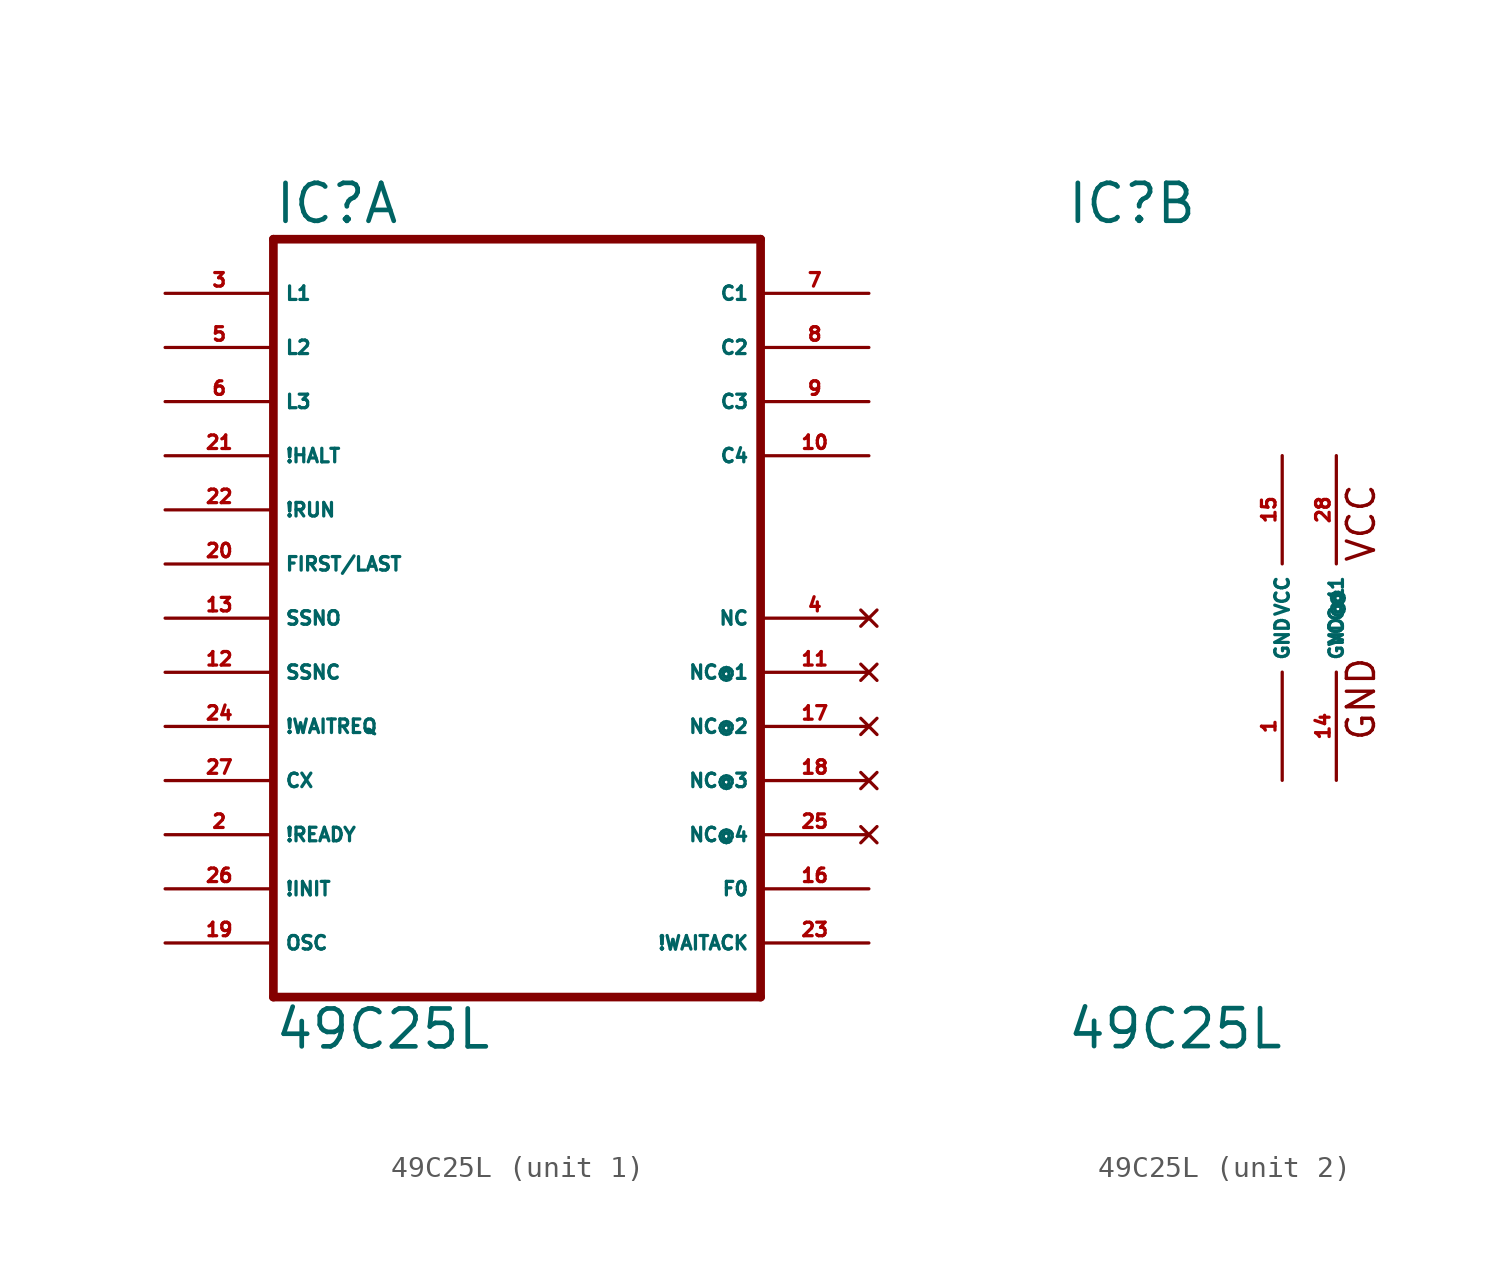
<source format=kicad_sym>
(kicad_symbol_lib
  (version 20220914)
  (generator Eagle2Kicad)
  (symbol "49C25L"
    (property "Reference" "IC"
      (at -10.16 18.415 0)
      (effects (font (size 1.778 1.778) (thickness 0.22)) (justify left bottom)))
    (property "Value" "49C25L"
      (at -10.16 -20.32 0)
      (effects (font (size 1.778 1.778) (thickness 0.22)) (justify left bottom)))
    (symbol "49C25L_1_0"
      (polyline (pts (xy -10.16 -17.78) (xy 12.7 -17.78)) (stroke (width 0.406) (type default)) (fill (type none)))
      (polyline (pts (xy 12.7 -17.78) (xy 12.7 17.78)) (stroke (width 0.406) (type default)) (fill (type none)))
      (polyline (pts (xy 12.7 17.78) (xy -10.16 17.78)) (stroke (width 0.406) (type default)) (fill (type none)))
      (polyline (pts (xy -10.16 17.78) (xy -10.16 -17.78)) (stroke (width 0.406) (type default)) (fill (type none)))
      (pin input line (at -15.24 15.24 0) (length 5.08) (name "L1" (effects (font (size 0.635 0.635) (thickness 0.08)) (justify left bottom))) (number "3" (effects (font (size 0.635 0.635) (thickness 0.08)) (justify left bottom))))
      (pin input line (at -15.24 12.7 0) (length 5.08) (name "L2" (effects (font (size 0.635 0.635) (thickness 0.08)) (justify left bottom))) (number "5" (effects (font (size 0.635 0.635) (thickness 0.08)) (justify left bottom))))
      (pin input line (at -15.24 10.16 0) (length 5.08) (name "L3" (effects (font (size 0.635 0.635) (thickness 0.08)) (justify left bottom))) (number "6" (effects (font (size 0.635 0.635) (thickness 0.08)) (justify left bottom))))
      (pin input line (at -15.24 7.62 0) (length 5.08) (name "!HALT" (effects (font (size 0.635 0.635) (thickness 0.08)) (justify left bottom))) (number "21" (effects (font (size 0.635 0.635) (thickness 0.08)) (justify left bottom))))
      (pin input line (at -15.24 5.08 0) (length 5.08) (name "!RUN" (effects (font (size 0.635 0.635) (thickness 0.08)) (justify left bottom))) (number "22" (effects (font (size 0.635 0.635) (thickness 0.08)) (justify left bottom))))
      (pin input line (at -15.24 2.54 0) (length 5.08) (name "FIRST/LAST" (effects (font (size 0.635 0.635) (thickness 0.08)) (justify left bottom))) (number "20" (effects (font (size 0.635 0.635) (thickness 0.08)) (justify left bottom))))
      (pin input line (at -15.24 0 0) (length 5.08) (name "SSNO" (effects (font (size 0.635 0.635) (thickness 0.08)) (justify left bottom))) (number "13" (effects (font (size 0.635 0.635) (thickness 0.08)) (justify left bottom))))
      (pin input line (at -15.24 -2.54 0) (length 5.08) (name "SSNC" (effects (font (size 0.635 0.635) (thickness 0.08)) (justify left bottom))) (number "12" (effects (font (size 0.635 0.635) (thickness 0.08)) (justify left bottom))))
      (pin input line (at -15.24 -5.08 0) (length 5.08) (name "!WAITREQ" (effects (font (size 0.635 0.635) (thickness 0.08)) (justify left bottom))) (number "24" (effects (font (size 0.635 0.635) (thickness 0.08)) (justify left bottom))))
      (pin input line (at -15.24 -7.62 0) (length 5.08) (name "CX" (effects (font (size 0.635 0.635) (thickness 0.08)) (justify left bottom))) (number "27" (effects (font (size 0.635 0.635) (thickness 0.08)) (justify left bottom))))
      (pin input line (at -15.24 -10.16 0) (length 5.08) (name "!READY" (effects (font (size 0.635 0.635) (thickness 0.08)) (justify left bottom))) (number "2" (effects (font (size 0.635 0.635) (thickness 0.08)) (justify left bottom))))
      (pin input line (at -15.24 -12.7 0) (length 5.08) (name "!INIT" (effects (font (size 0.635 0.635) (thickness 0.08)) (justify left bottom))) (number "26" (effects (font (size 0.635 0.635) (thickness 0.08)) (justify left bottom))))
      (pin input line (at -15.24 -15.24 0) (length 5.08) (name "OSC" (effects (font (size 0.635 0.635) (thickness 0.08)) (justify left bottom))) (number "19" (effects (font (size 0.635 0.635) (thickness 0.08)) (justify left bottom))))
      (pin output line (at 17.78 15.24 180) (length 5.08) (name "C1" (effects (font (size 0.635 0.635) (thickness 0.08)) (justify left bottom))) (number "7" (effects (font (size 0.635 0.635) (thickness 0.08)) (justify left bottom))))
      (pin output line (at 17.78 12.7 180) (length 5.08) (name "C2" (effects (font (size 0.635 0.635) (thickness 0.08)) (justify left bottom))) (number "8" (effects (font (size 0.635 0.635) (thickness 0.08)) (justify left bottom))))
      (pin output line (at 17.78 10.16 180) (length 5.08) (name "C3" (effects (font (size 0.635 0.635) (thickness 0.08)) (justify left bottom))) (number "9" (effects (font (size 0.635 0.635) (thickness 0.08)) (justify left bottom))))
      (pin output line (at 17.78 7.62 180) (length 5.08) (name "C4" (effects (font (size 0.635 0.635) (thickness 0.08)) (justify left bottom))) (number "10" (effects (font (size 0.635 0.635) (thickness 0.08)) (justify left bottom))))
      (pin output line (at 17.78 -15.24 180) (length 5.08) (name "!WAITACK" (effects (font (size 0.635 0.635) (thickness 0.08)) (justify left bottom))) (number "23" (effects (font (size 0.635 0.635) (thickness 0.08)) (justify left bottom))))
      (pin output line (at 17.78 -12.7 180) (length 5.08) (name "F0" (effects (font (size 0.635 0.635) (thickness 0.08)) (justify left bottom))) (number "16" (effects (font (size 0.635 0.635) (thickness 0.08)) (justify left bottom))))
      (pin no_connect line (at 17.78 0 180) (length 5.08) (name "NC" (effects (font (size 0.635 0.635) (thickness 0.08)) (justify left bottom) hide)) (number "4" (effects (font (size 0.635 0.635) (thickness 0.08)) (justify left bottom) hide)))
      (pin no_connect line (at 17.78 -2.54 180) (length 5.08) (name "NC@1" (effects (font (size 0.635 0.635) (thickness 0.08)) (justify left bottom) hide)) (number "11" (effects (font (size 0.635 0.635) (thickness 0.08)) (justify left bottom) hide)))
      (pin no_connect line (at 17.78 -5.08 180) (length 5.08) (name "NC@2" (effects (font (size 0.635 0.635) (thickness 0.08)) (justify left bottom) hide)) (number "17" (effects (font (size 0.635 0.635) (thickness 0.08)) (justify left bottom) hide)))
      (pin no_connect line (at 17.78 -7.62 180) (length 5.08) (name "NC@3" (effects (font (size 0.635 0.635) (thickness 0.08)) (justify left bottom) hide)) (number "18" (effects (font (size 0.635 0.635) (thickness 0.08)) (justify left bottom) hide)))
      (pin no_connect line (at 17.78 -10.16 180) (length 5.08) (name "NC@4" (effects (font (size 0.635 0.635) (thickness 0.08)) (justify left bottom) hide)) (number "25" (effects (font (size 0.635 0.635) (thickness 0.08)) (justify left bottom) hide))))
    (symbol "49C25L_2_0"
      (text "VCC" (at 4.445 2.54 900) (effects (font (size 1.27 1.27) (thickness 0.16)) (justify left bottom)))
      (text "GND" (at 4.445 -5.842 900) (effects (font (size 1.27 1.27) (thickness 0.16)) (justify left bottom)))
      (pin unspecified line (at 0 7.62 270) (length 5.08) (name "VCC" (effects (font (size 0.635 0.635) (thickness 0.08)) (justify left bottom))) (number "15" (effects (font (size 0.635 0.635) (thickness 0.08)) (justify left bottom))))
      (pin unspecified line (at 0 -7.62 90) (length 5.08) (name "GND" (effects (font (size 0.635 0.635) (thickness 0.08)) (justify left bottom))) (number "1" (effects (font (size 0.635 0.635) (thickness 0.08)) (justify left bottom))))
      (pin unspecified line (at 2.54 7.62 270) (length 5.08) (name "VCC@1" (effects (font (size 0.635 0.635) (thickness 0.08)) (justify left bottom))) (number "28" (effects (font (size 0.635 0.635) (thickness 0.08)) (justify left bottom))))
      (pin unspecified line (at 2.54 -7.62 90) (length 5.08) (name "GND@1" (effects (font (size 0.635 0.635) (thickness 0.08)) (justify left bottom))) (number "14" (effects (font (size 0.635 0.635) (thickness 0.08)) (justify left bottom)))))))
</source>
